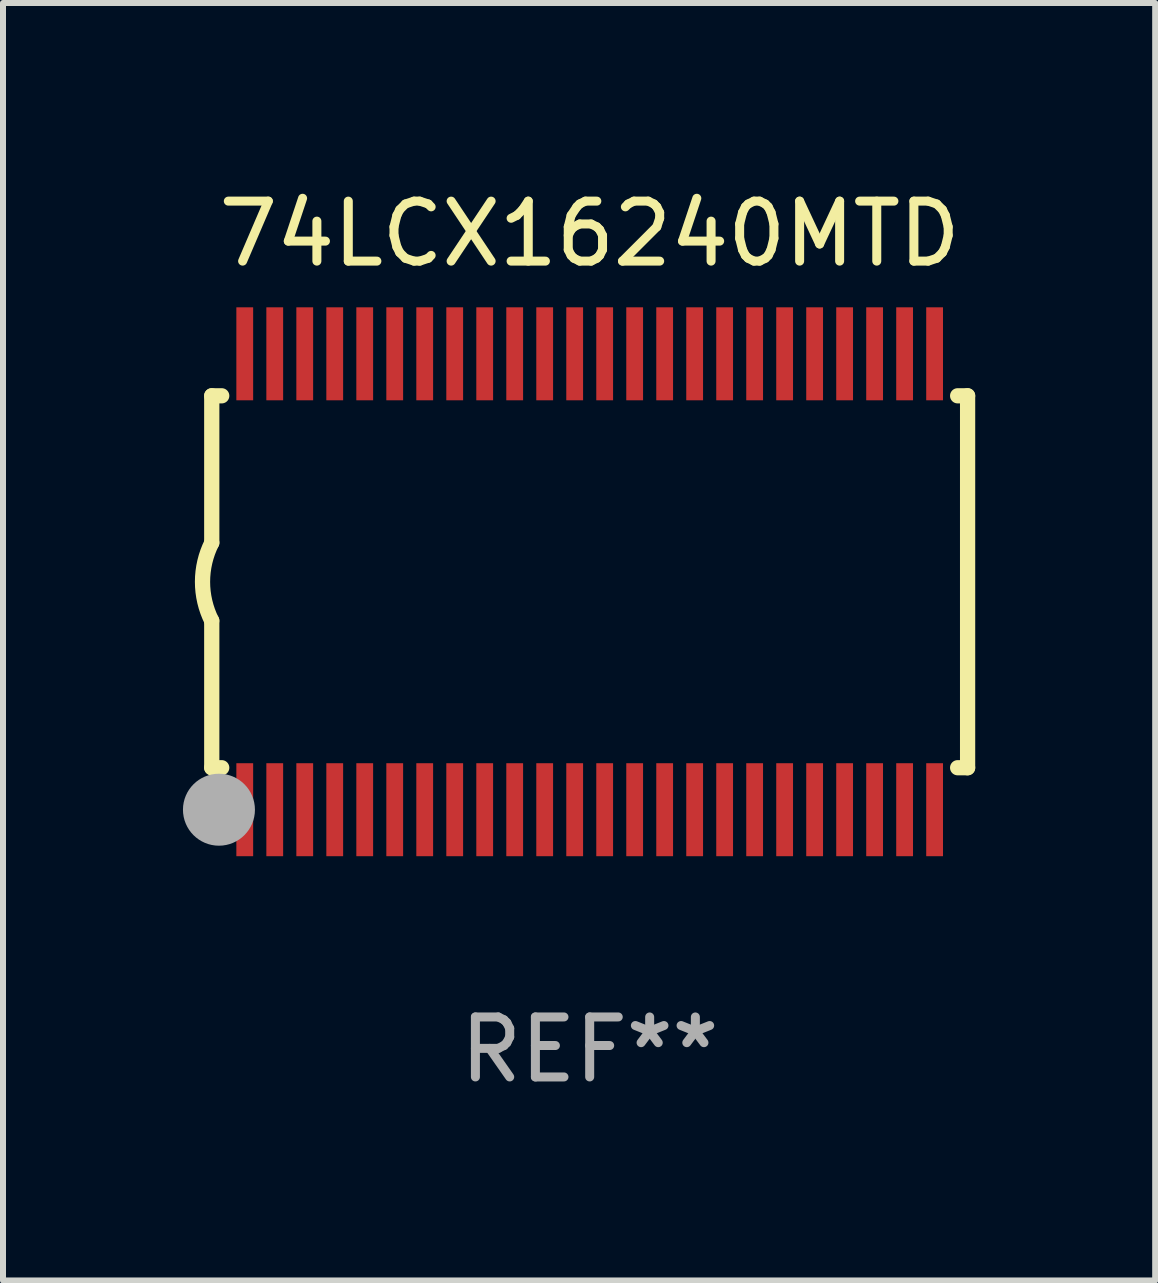
<source format=kicad_pcb>
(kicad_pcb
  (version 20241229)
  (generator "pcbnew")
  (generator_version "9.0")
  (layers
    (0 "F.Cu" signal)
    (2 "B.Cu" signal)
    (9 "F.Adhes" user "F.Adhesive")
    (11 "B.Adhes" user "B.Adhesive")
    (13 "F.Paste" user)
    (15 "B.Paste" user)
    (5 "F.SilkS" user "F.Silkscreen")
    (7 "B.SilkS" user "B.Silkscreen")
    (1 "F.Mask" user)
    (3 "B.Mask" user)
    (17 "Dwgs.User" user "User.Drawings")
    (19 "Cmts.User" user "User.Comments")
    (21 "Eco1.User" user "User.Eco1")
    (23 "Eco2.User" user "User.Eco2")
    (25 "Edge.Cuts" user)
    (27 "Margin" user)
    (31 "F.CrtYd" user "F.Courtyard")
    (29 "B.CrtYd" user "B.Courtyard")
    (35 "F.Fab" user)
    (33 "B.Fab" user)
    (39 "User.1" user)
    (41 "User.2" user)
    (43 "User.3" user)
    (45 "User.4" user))
  (footprint "74LCX16240MTD"
    (layer "F.Cu")
    (at 6.78 6.648)
    (property "Reference" "74LCX16240MTD" (at 0 -5.8 0) (layer "F.SilkS") (effects (font (size 1 1) (thickness 0.15))))
    (attr through_hole)
    (fp_line (start -6.3 -3.1) (end -6.3 -0.65) (stroke (width 0.254) (type solid)) (layer "F.SilkS"))
    (fp_line (start -6.3 -3.1) (end -6.134 -3.1) (stroke (width 0.254) (type solid)) (layer "F.SilkS"))
    (fp_line (start -6.3 3.1) (end -6.3 0.65) (stroke (width 0.254) (type solid)) (layer "F.SilkS"))
    (fp_line (start -6.3 3.1) (end -6.134 3.1) (stroke (width 0.254) (type solid)) (layer "F.SilkS"))
    (fp_line (start 6.134 -3.1) (end 6.3 -3.1) (stroke (width 0.254) (type solid)) (layer "F.SilkS"))
    (fp_line (start 6.134 3.1) (end 6.3 3.1) (stroke (width 0.254) (type solid)) (layer "F.SilkS"))
    (fp_line (start 6.3 -3.1) (end 6.3 3.1) (stroke (width 0.254) (type solid)) (layer "F.SilkS"))
    (fp_arc (start -6.301016 0.650114) (mid -6.45413 -0.000082) (end -6.3 -0.650038) (stroke (width 0.254001) (type solid)) (layer "F.SilkS"))
    (fp_circle (center -6.35 3.81) (end -6.223 3.81) (stroke (width 0.254) (type solid)) (fill no) (layer "F.SilkS"))
    (fp_circle (center -6.25 4.05) (end -6.22 4.05) (stroke (width 0.06) (type solid)) (fill no) (layer "F.SilkS"))
    (fp_circle (center -6.18 3.8) (end -5.88 3.8) (stroke (width 0.6) (type solid)) (fill no) (layer "F.Fab"))
    (fp_text user "REF**" (at 0 7.8 0) (layer "F.Fab") (effects (font (size 1 1) (thickness 0.15))))
    (pad "1" smd rect (at -5.75 3.8) (size 0.28 1.55) (layers "F.Cu" "F.Mask" "F.Paste"))
    (pad "2" smd rect (at -5.25 3.8) (size 0.28 1.55) (layers "F.Cu" "F.Mask" "F.Paste"))
    (pad "3" smd rect (at -4.75 3.8) (size 0.28 1.55) (layers "F.Cu" "F.Mask" "F.Paste"))
    (pad "4" smd rect (at -4.25 3.8) (size 0.28 1.55) (layers "F.Cu" "F.Mask" "F.Paste"))
    (pad "5" smd rect (at -3.75 3.8) (size 0.28 1.55) (layers "F.Cu" "F.Mask" "F.Paste"))
    (pad "6" smd rect (at -3.25 3.8) (size 0.28 1.55) (layers "F.Cu" "F.Mask" "F.Paste"))
    (pad "7" smd rect (at -2.75 3.8) (size 0.28 1.55) (layers "F.Cu" "F.Mask" "F.Paste"))
    (pad "8" smd rect (at -2.25 3.8) (size 0.28 1.55) (layers "F.Cu" "F.Mask" "F.Paste"))
    (pad "9" smd rect (at -1.75 3.8) (size 0.28 1.55) (layers "F.Cu" "F.Mask" "F.Paste"))
    (pad "10" smd rect (at -1.25 3.8) (size 0.28 1.55) (layers "F.Cu" "F.Mask" "F.Paste"))
    (pad "11" smd rect (at -0.75 3.8) (size 0.28 1.55) (layers "F.Cu" "F.Mask" "F.Paste"))
    (pad "12" smd rect (at -0.25 3.8) (size 0.28 1.55) (layers "F.Cu" "F.Mask" "F.Paste"))
    (pad "13" smd rect (at 0.25 3.8) (size 0.28 1.55) (layers "F.Cu" "F.Mask" "F.Paste"))
    (pad "14" smd rect (at 0.75 3.8) (size 0.28 1.55) (layers "F.Cu" "F.Mask" "F.Paste"))
    (pad "15" smd rect (at 1.25 3.8) (size 0.28 1.55) (layers "F.Cu" "F.Mask" "F.Paste"))
    (pad "16" smd rect (at 1.75 3.8) (size 0.28 1.55) (layers "F.Cu" "F.Mask" "F.Paste"))
    (pad "17" smd rect (at 2.25 3.8) (size 0.28 1.55) (layers "F.Cu" "F.Mask" "F.Paste"))
    (pad "18" smd rect (at 2.75 3.8) (size 0.28 1.55) (layers "F.Cu" "F.Mask" "F.Paste"))
    (pad "19" smd rect (at 3.25 3.8) (size 0.28 1.55) (layers "F.Cu" "F.Mask" "F.Paste"))
    (pad "20" smd rect (at 3.75 3.8) (size 0.28 1.55) (layers "F.Cu" "F.Mask" "F.Paste"))
    (pad "21" smd rect (at 4.25 3.8) (size 0.28 1.55) (layers "F.Cu" "F.Mask" "F.Paste"))
    (pad "22" smd rect (at 4.75 3.8) (size 0.28 1.55) (layers "F.Cu" "F.Mask" "F.Paste"))
    (pad "23" smd rect (at 5.25 3.8) (size 0.28 1.55) (layers "F.Cu" "F.Mask" "F.Paste"))
    (pad "24" smd rect (at 5.75 3.8) (size 0.28 1.55) (layers "F.Cu" "F.Mask" "F.Paste"))
    (pad "25" smd rect (at 5.75 -3.8) (size 0.28 1.55) (layers "F.Cu" "F.Mask" "F.Paste"))
    (pad "26" smd rect (at 5.25 -3.8) (size 0.28 1.55) (layers "F.Cu" "F.Mask" "F.Paste"))
    (pad "27" smd rect (at 4.75 -3.8) (size 0.28 1.55) (layers "F.Cu" "F.Mask" "F.Paste"))
    (pad "28" smd rect (at 4.25 -3.8) (size 0.28 1.55) (layers "F.Cu" "F.Mask" "F.Paste"))
    (pad "29" smd rect (at 3.75 -3.8) (size 0.28 1.55) (layers "F.Cu" "F.Mask" "F.Paste"))
    (pad "30" smd rect (at 3.25 -3.8) (size 0.28 1.55) (layers "F.Cu" "F.Mask" "F.Paste"))
    (pad "31" smd rect (at 2.75 -3.8) (size 0.28 1.55) (layers "F.Cu" "F.Mask" "F.Paste"))
    (pad "32" smd rect (at 2.25 -3.8) (size 0.28 1.55) (layers "F.Cu" "F.Mask" "F.Paste"))
    (pad "33" smd rect (at 1.75 -3.8) (size 0.28 1.55) (layers "F.Cu" "F.Mask" "F.Paste"))
    (pad "34" smd rect (at 1.25 -3.8) (size 0.28 1.55) (layers "F.Cu" "F.Mask" "F.Paste"))
    (pad "35" smd rect (at 0.75 -3.8) (size 0.28 1.55) (layers "F.Cu" "F.Mask" "F.Paste"))
    (pad "36" smd rect (at 0.25 -3.8) (size 0.28 1.55) (layers "F.Cu" "F.Mask" "F.Paste"))
    (pad "37" smd rect (at -0.25 -3.8) (size 0.28 1.55) (layers "F.Cu" "F.Mask" "F.Paste"))
    (pad "38" smd rect (at -0.75 -3.8) (size 0.28 1.55) (layers "F.Cu" "F.Mask" "F.Paste"))
    (pad "39" smd rect (at -1.25 -3.8) (size 0.28 1.55) (layers "F.Cu" "F.Mask" "F.Paste"))
    (pad "40" smd rect (at -1.75 -3.8) (size 0.28 1.55) (layers "F.Cu" "F.Mask" "F.Paste"))
    (pad "41" smd rect (at -2.25 -3.8) (size 0.28 1.55) (layers "F.Cu" "F.Mask" "F.Paste"))
    (pad "42" smd rect (at -2.75 -3.8) (size 0.28 1.55) (layers "F.Cu" "F.Mask" "F.Paste"))
    (pad "43" smd rect (at -3.25 -3.8) (size 0.28 1.55) (layers "F.Cu" "F.Mask" "F.Paste"))
    (pad "44" smd rect (at -3.75 -3.8) (size 0.28 1.55) (layers "F.Cu" "F.Mask" "F.Paste"))
    (pad "45" smd rect (at -4.25 -3.8) (size 0.28 1.55) (layers "F.Cu" "F.Mask" "F.Paste"))
    (pad "46" smd rect (at -4.75 -3.8) (size 0.28 1.55) (layers "F.Cu" "F.Mask" "F.Paste"))
    (pad "47" smd rect (at -5.25 -3.8) (size 0.28 1.55) (layers "F.Cu" "F.Mask" "F.Paste"))
    (pad "48" smd rect (at -5.75 -3.8) (size 0.28 1.55) (layers "F.Cu" "F.Mask" "F.Paste")))
  (gr_rect
    (start -3 -3)
    (end 16.207 18.296)
    (stroke (width 0.1) (type default))
    (fill no)
    (layer "Edge.Cuts")))
</source>
